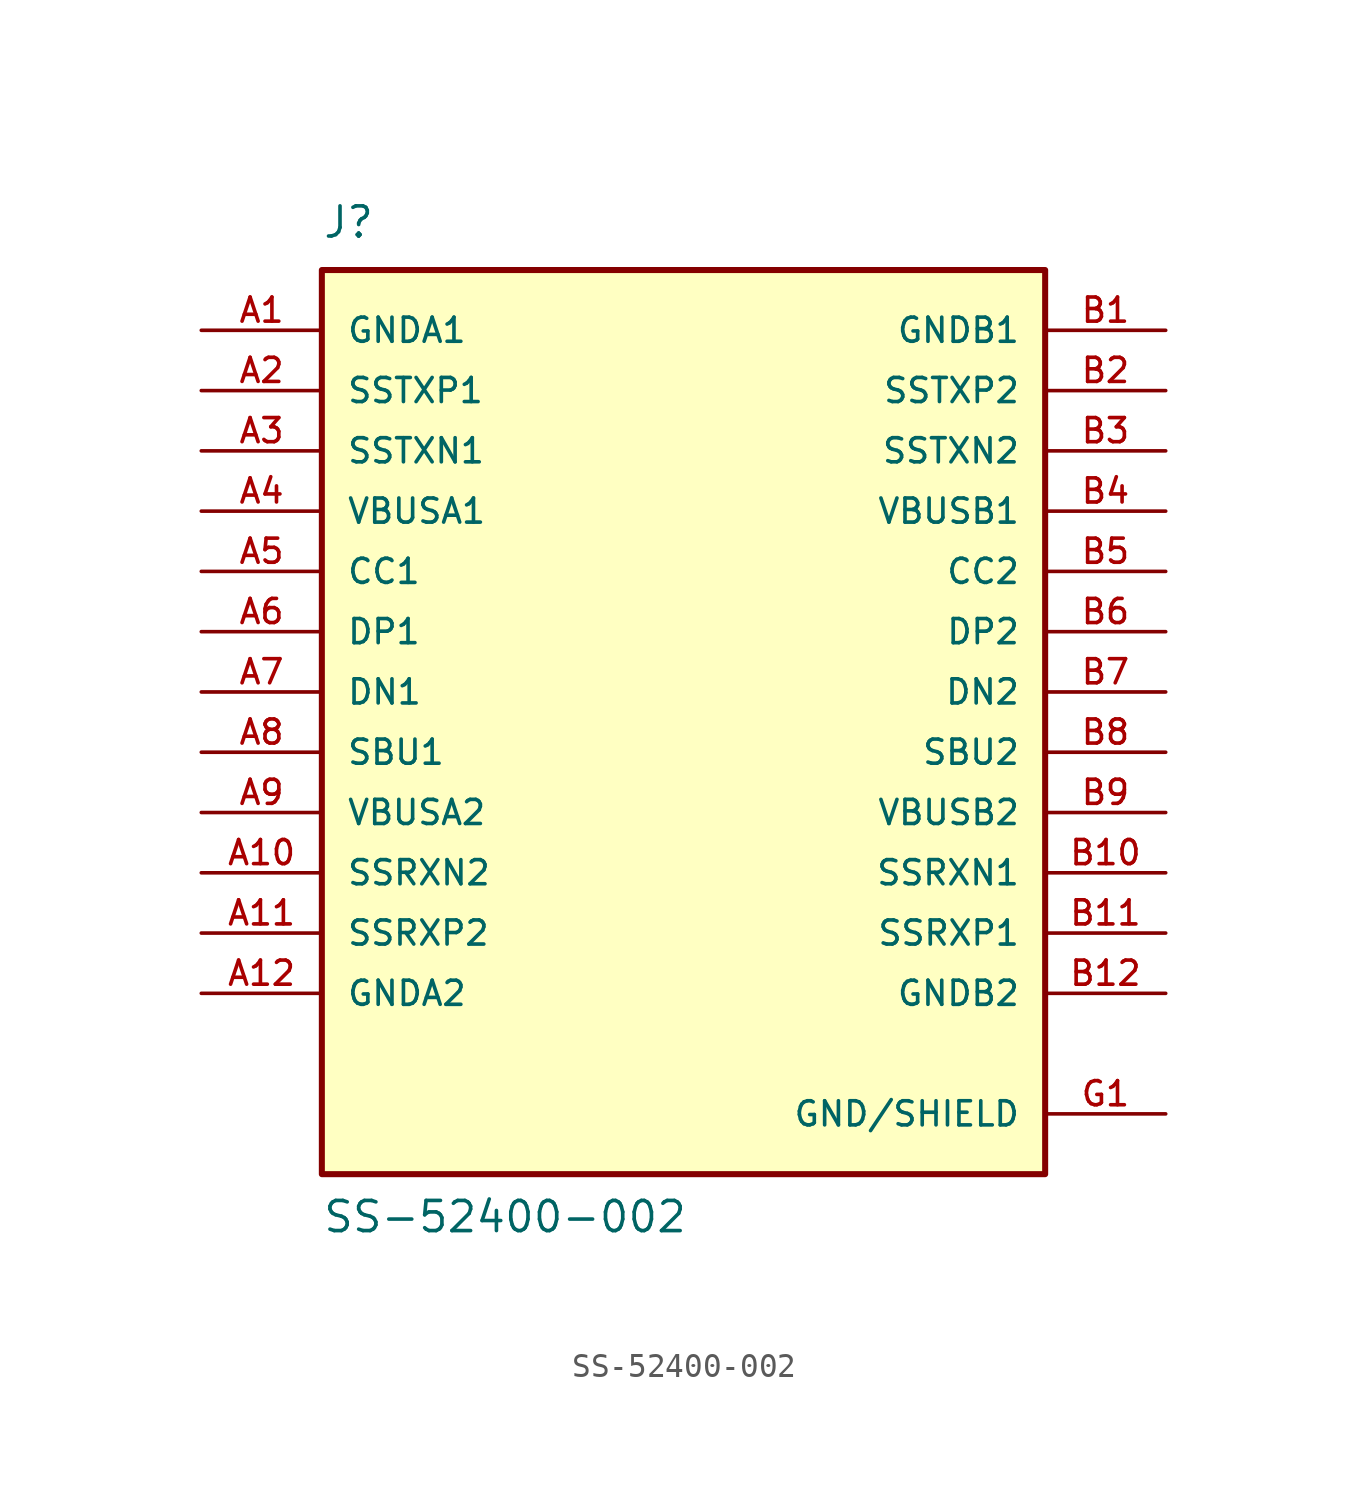
<source format=kicad_sym>
(kicad_symbol_lib
  (version 20211014)
  (generator kicad_symbol_editor)
  (symbol "SS-52400-002"
    (pin_names
      (offset 1.016))
    (property "Reference" "J"
      (at -15.24 19.05 0)
      (effects (font (size 1.27 1.27)) (justify bottom left)))
    (property "Value" "SS-52400-002"
      (at -15.24 -22.86 0)
      (effects (font (size 1.27 1.27)) (justify bottom left)))
    (symbol "SS-52400-002_0_0"
      (rectangle (start -15.24 -20.32) (end 15.24 17.78) (stroke (width 0.254)) (fill (type background)))
      (pin power_in line (at -20.32 15.24 0) (length 5.08) (name "GNDA1" (effects (font (size 1.016 1.016)))) (number "A1" (effects (font (size 1.016 1.016)))))
      (pin power_in line (at 20.32 15.24 180.0) (length 5.08) (name "GNDB1" (effects (font (size 1.016 1.016)))) (number "B1" (effects (font (size 1.016 1.016)))))
      (pin bidirectional line (at -20.32 12.7 0) (length 5.08) (name "SSTXP1" (effects (font (size 1.016 1.016)))) (number "A2" (effects (font (size 1.016 1.016)))))
      (pin bidirectional line (at -20.32 10.16 0) (length 5.08) (name "SSTXN1" (effects (font (size 1.016 1.016)))) (number "A3" (effects (font (size 1.016 1.016)))))
      (pin power_in line (at -20.32 7.62 0) (length 5.08) (name "VBUSA1" (effects (font (size 1.016 1.016)))) (number "A4" (effects (font (size 1.016 1.016)))))
      (pin bidirectional line (at -20.32 5.08 0) (length 5.08) (name "CC1" (effects (font (size 1.016 1.016)))) (number "A5" (effects (font (size 1.016 1.016)))))
      (pin bidirectional line (at -20.32 2.54 0) (length 5.08) (name "DP1" (effects (font (size 1.016 1.016)))) (number "A6" (effects (font (size 1.016 1.016)))))
      (pin bidirectional line (at -20.32 0.0 0) (length 5.08) (name "DN1" (effects (font (size 1.016 1.016)))) (number "A7" (effects (font (size 1.016 1.016)))))
      (pin bidirectional line (at -20.32 -2.54 0) (length 5.08) (name "SBU1" (effects (font (size 1.016 1.016)))) (number "A8" (effects (font (size 1.016 1.016)))))
      (pin power_in line (at -20.32 -5.08 0) (length 5.08) (name "VBUSA2" (effects (font (size 1.016 1.016)))) (number "A9" (effects (font (size 1.016 1.016)))))
      (pin bidirectional line (at -20.32 -7.62 0) (length 5.08) (name "SSRXN2" (effects (font (size 1.016 1.016)))) (number "A10" (effects (font (size 1.016 1.016)))))
      (pin bidirectional line (at -20.32 -10.16 0) (length 5.08) (name "SSRXP2" (effects (font (size 1.016 1.016)))) (number "A11" (effects (font (size 1.016 1.016)))))
      (pin power_in line (at -20.32 -12.7 0) (length 5.08) (name "GNDA2" (effects (font (size 1.016 1.016)))) (number "A12" (effects (font (size 1.016 1.016)))))
      (pin bidirectional line (at 20.32 12.7 180.0) (length 5.08) (name "SSTXP2" (effects (font (size 1.016 1.016)))) (number "B2" (effects (font (size 1.016 1.016)))))
      (pin bidirectional line (at 20.32 10.16 180.0) (length 5.08) (name "SSTXN2" (effects (font (size 1.016 1.016)))) (number "B3" (effects (font (size 1.016 1.016)))))
      (pin power_in line (at 20.32 7.62 180.0) (length 5.08) (name "VBUSB1" (effects (font (size 1.016 1.016)))) (number "B4" (effects (font (size 1.016 1.016)))))
      (pin bidirectional line (at 20.32 5.08 180.0) (length 5.08) (name "CC2" (effects (font (size 1.016 1.016)))) (number "B5" (effects (font (size 1.016 1.016)))))
      (pin bidirectional line (at 20.32 2.54 180.0) (length 5.08) (name "DP2" (effects (font (size 1.016 1.016)))) (number "B6" (effects (font (size 1.016 1.016)))))
      (pin bidirectional line (at 20.32 0.0 180.0) (length 5.08) (name "DN2" (effects (font (size 1.016 1.016)))) (number "B7" (effects (font (size 1.016 1.016)))))
      (pin bidirectional line (at 20.32 -2.54 180.0) (length 5.08) (name "SBU2" (effects (font (size 1.016 1.016)))) (number "B8" (effects (font (size 1.016 1.016)))))
      (pin power_in line (at 20.32 -5.08 180.0) (length 5.08) (name "VBUSB2" (effects (font (size 1.016 1.016)))) (number "B9" (effects (font (size 1.016 1.016)))))
      (pin bidirectional line (at 20.32 -7.62 180.0) (length 5.08) (name "SSRXN1" (effects (font (size 1.016 1.016)))) (number "B10" (effects (font (size 1.016 1.016)))))
      (pin bidirectional line (at 20.32 -10.16 180.0) (length 5.08) (name "SSRXP1" (effects (font (size 1.016 1.016)))) (number "B11" (effects (font (size 1.016 1.016)))))
      (pin power_in line (at 20.32 -12.7 180.0) (length 5.08) (name "GNDB2" (effects (font (size 1.016 1.016)))) (number "B12" (effects (font (size 1.016 1.016)))))
      (pin power_in line (at 20.32 -17.78 180.0) (length 5.08) (name "GND/SHIELD" (effects (font (size 1.016 1.016)))) (number "G1" (effects (font (size 1.016 1.016)))))
      (pin power_in line (at 20.32 -17.78 180.0) (length 5.08) hide (name "GND/SHIELD" (effects (font (size 1.016 1.016)))) (number "G2" (effects (font (size 1.016 1.016)))))
      (pin power_in line (at 20.32 -17.78 180.0) (length 5.08) hide (name "GND/SHIELD" (effects (font (size 1.016 1.016)))) (number "G3" (effects (font (size 1.016 1.016)))))
      (pin power_in line (at 20.32 -17.78 180.0) (length 5.08) hide (name "GND/SHIELD" (effects (font (size 1.016 1.016)))) (number "G4" (effects (font (size 1.016 1.016)))))
      (pin power_in line (at 20.32 -17.78 180.0) (length 5.08) hide (name "GND/SHIELD" (effects (font (size 1.016 1.016)))) (number "S1" (effects (font (size 1.016 1.016)))))
      (pin power_in line (at 20.32 -17.78 180.0) (length 5.08) hide (name "GND/SHIELD" (effects (font (size 1.016 1.016)))) (number "S2" (effects (font (size 1.016 1.016)))))
      (pin power_in line (at 20.32 -17.78 180.0) (length 5.08) hide (name "GND/SHIELD" (effects (font (size 1.016 1.016)))) (number "S3" (effects (font (size 1.016 1.016)))))
      (pin power_in line (at 20.32 -17.78 180.0) (length 5.08) hide (name "GND/SHIELD" (effects (font (size 1.016 1.016)))) (number "S4" (effects (font (size 1.016 1.016))))))))
</source>
